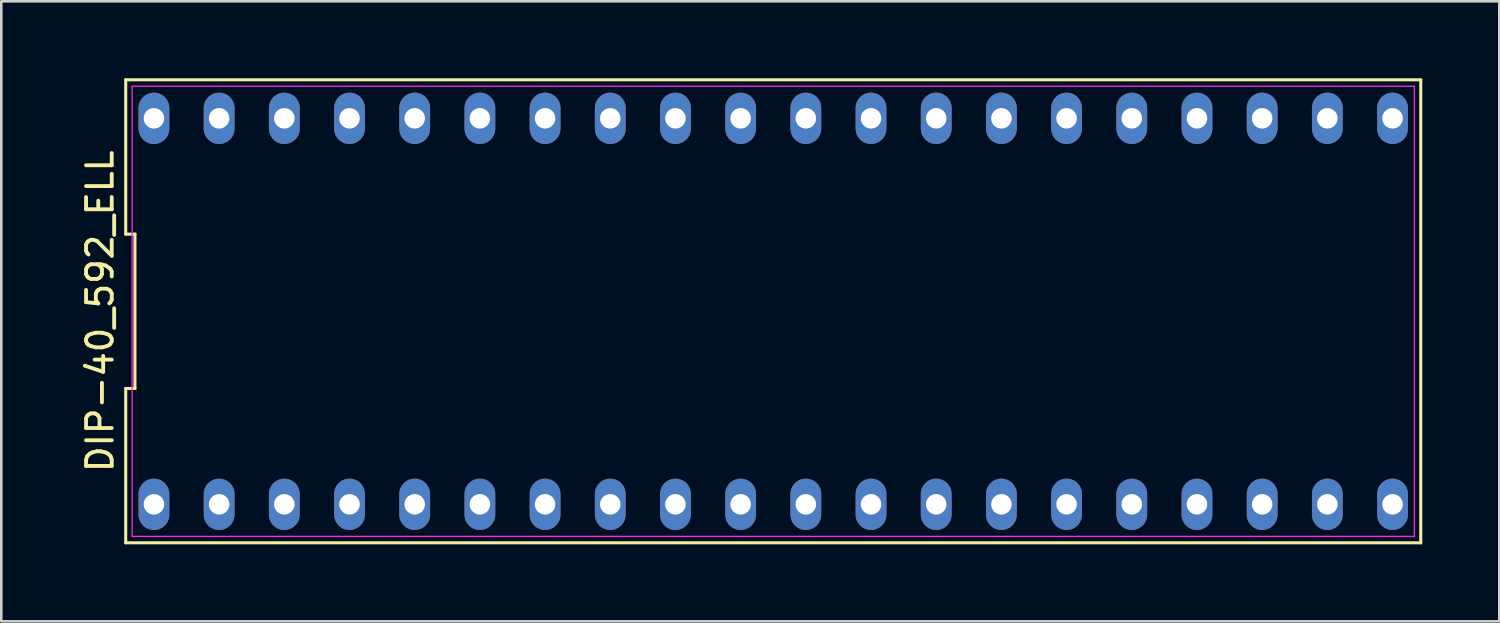
<source format=kicad_pcb>
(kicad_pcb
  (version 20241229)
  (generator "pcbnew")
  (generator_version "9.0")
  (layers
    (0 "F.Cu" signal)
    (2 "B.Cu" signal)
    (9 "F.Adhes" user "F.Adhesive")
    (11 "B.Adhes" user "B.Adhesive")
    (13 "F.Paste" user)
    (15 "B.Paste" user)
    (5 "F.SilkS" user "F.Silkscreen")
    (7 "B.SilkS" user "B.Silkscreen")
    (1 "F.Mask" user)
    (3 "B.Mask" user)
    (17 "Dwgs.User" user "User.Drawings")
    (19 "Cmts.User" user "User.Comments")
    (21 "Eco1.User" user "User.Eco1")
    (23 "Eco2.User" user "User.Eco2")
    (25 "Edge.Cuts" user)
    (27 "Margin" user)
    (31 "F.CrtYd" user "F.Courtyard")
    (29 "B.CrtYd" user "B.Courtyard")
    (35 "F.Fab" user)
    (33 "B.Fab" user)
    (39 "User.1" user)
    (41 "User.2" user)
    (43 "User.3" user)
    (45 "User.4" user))
  (footprint "DIP-40_592_ELL"
    (layer "F.Cu")
    (at 27.078 9.08)
    (property "Reference" "DIP-40_592_ELL" (at -26.23 0 90) (layer "F.SilkS") (effects (font (size 1 1) (thickness 0.15))))
    (fp_line (start -25.23 -9.02) (end -25.23 -3.007) (stroke (width 0.12) (type solid)) (layer "F.SilkS"))
    (fp_line (start -25.23 -3.007) (end -24.87 -3.007) (stroke (width 0.12) (type solid)) (layer "F.SilkS"))
    (fp_line (start -25.23 3.007) (end -25.23 9.02) (stroke (width 0.12) (type solid)) (layer "F.SilkS"))
    (fp_line (start -25.23 9.02) (end 25.23 9.02) (stroke (width 0.12) (type solid)) (layer "F.SilkS"))
    (fp_line (start -24.87 -3.007) (end -24.87 3.007) (stroke (width 0.12) (type solid)) (layer "F.SilkS"))
    (fp_line (start -24.87 3.007) (end -25.23 3.007) (stroke (width 0.12) (type solid)) (layer "F.SilkS"))
    (fp_line (start 25.23 -9.02) (end -25.23 -9.02) (stroke (width 0.12) (type solid)) (layer "F.SilkS"))
    (fp_line (start 25.23 9.02) (end 25.23 -9.02) (stroke (width 0.12) (type solid)) (layer "F.SilkS"))
    (fp_line (start -24.98 -8.77) (end 24.98 -8.77) (stroke (width 0.05) (type solid)) (layer "F.CrtYd"))
    (fp_line (start -24.98 8.77) (end -24.98 -8.77) (stroke (width 0.05) (type solid)) (layer "F.CrtYd"))
    (fp_line (start 24.98 -8.77) (end 24.98 8.77) (stroke (width 0.05) (type solid)) (layer "F.CrtYd"))
    (fp_line (start 24.98 8.77) (end -24.98 8.77) (stroke (width 0.05) (type solid)) (layer "F.CrtYd"))
    (pad "1" thru_hole oval (at -24.13 7.52) (size 1.2 2) (drill 0.8) (layers "*.Cu" "*.Mask"))
    (pad "2" thru_hole oval (at -21.59 7.52) (size 1.2 2) (drill 0.8) (layers "*.Cu" "*.Mask"))
    (pad "3" thru_hole oval (at -19.05 7.52) (size 1.2 2) (drill 0.8) (layers "*.Cu" "*.Mask"))
    (pad "4" thru_hole oval (at -16.51 7.52) (size 1.2 2) (drill 0.8) (layers "*.Cu" "*.Mask"))
    (pad "5" thru_hole oval (at -13.97 7.52) (size 1.2 2) (drill 0.8) (layers "*.Cu" "*.Mask"))
    (pad "6" thru_hole oval (at -11.43 7.52) (size 1.2 2) (drill 0.8) (layers "*.Cu" "*.Mask"))
    (pad "7" thru_hole oval (at -8.89 7.52) (size 1.2 2) (drill 0.8) (layers "*.Cu" "*.Mask"))
    (pad "8" thru_hole oval (at -6.35 7.52) (size 1.2 2) (drill 0.8) (layers "*.Cu" "*.Mask"))
    (pad "9" thru_hole oval (at -3.81 7.52) (size 1.2 2) (drill 0.8) (layers "*.Cu" "*.Mask"))
    (pad "10" thru_hole oval (at -1.27 7.52) (size 1.2 2) (drill 0.8) (layers "*.Cu" "*.Mask"))
    (pad "11" thru_hole oval (at 1.27 7.52) (size 1.2 2) (drill 0.8) (layers "*.Cu" "*.Mask"))
    (pad "12" thru_hole oval (at 3.81 7.52) (size 1.2 2) (drill 0.8) (layers "*.Cu" "*.Mask"))
    (pad "13" thru_hole oval (at 6.35 7.52) (size 1.2 2) (drill 0.8) (layers "*.Cu" "*.Mask"))
    (pad "14" thru_hole oval (at 8.89 7.52) (size 1.2 2) (drill 0.8) (layers "*.Cu" "*.Mask"))
    (pad "15" thru_hole oval (at 11.43 7.52) (size 1.2 2) (drill 0.8) (layers "*.Cu" "*.Mask"))
    (pad "16" thru_hole oval (at 13.97 7.52) (size 1.2 2) (drill 0.8) (layers "*.Cu" "*.Mask"))
    (pad "17" thru_hole oval (at 16.51 7.52) (size 1.2 2) (drill 0.8) (layers "*.Cu" "*.Mask"))
    (pad "18" thru_hole oval (at 19.05 7.52) (size 1.2 2) (drill 0.8) (layers "*.Cu" "*.Mask"))
    (pad "19" thru_hole oval (at 21.59 7.52) (size 1.2 2) (drill 0.8) (layers "*.Cu" "*.Mask"))
    (pad "20" thru_hole oval (at 24.13 7.52) (size 1.2 2) (drill 0.8) (layers "*.Cu" "*.Mask"))
    (pad "21" thru_hole oval (at 24.13 -7.52) (size 1.2 2) (drill 0.8) (layers "*.Cu" "*.Mask"))
    (pad "22" thru_hole oval (at 21.59 -7.52) (size 1.2 2) (drill 0.8) (layers "*.Cu" "*.Mask"))
    (pad "23" thru_hole oval (at 19.05 -7.52) (size 1.2 2) (drill 0.8) (layers "*.Cu" "*.Mask"))
    (pad "24" thru_hole oval (at 16.51 -7.52) (size 1.2 2) (drill 0.8) (layers "*.Cu" "*.Mask"))
    (pad "25" thru_hole oval (at 13.97 -7.52) (size 1.2 2) (drill 0.8) (layers "*.Cu" "*.Mask"))
    (pad "26" thru_hole oval (at 11.43 -7.52) (size 1.2 2) (drill 0.8) (layers "*.Cu" "*.Mask"))
    (pad "27" thru_hole oval (at 8.89 -7.52) (size 1.2 2) (drill 0.8) (layers "*.Cu" "*.Mask"))
    (pad "28" thru_hole oval (at 6.35 -7.52) (size 1.2 2) (drill 0.8) (layers "*.Cu" "*.Mask"))
    (pad "29" thru_hole oval (at 3.81 -7.52) (size 1.2 2) (drill 0.8) (layers "*.Cu" "*.Mask"))
    (pad "30" thru_hole oval (at 1.27 -7.52) (size 1.2 2) (drill 0.8) (layers "*.Cu" "*.Mask"))
    (pad "31" thru_hole oval (at -1.27 -7.52) (size 1.2 2) (drill 0.8) (layers "*.Cu" "*.Mask"))
    (pad "32" thru_hole oval (at -3.81 -7.52) (size 1.2 2) (drill 0.8) (layers "*.Cu" "*.Mask"))
    (pad "33" thru_hole oval (at -6.35 -7.52) (size 1.2 2) (drill 0.8) (layers "*.Cu" "*.Mask"))
    (pad "34" thru_hole oval (at -8.89 -7.52) (size 1.2 2) (drill 0.8) (layers "*.Cu" "*.Mask"))
    (pad "35" thru_hole oval (at -11.43 -7.52) (size 1.2 2) (drill 0.8) (layers "*.Cu" "*.Mask"))
    (pad "36" thru_hole oval (at -13.97 -7.52) (size 1.2 2) (drill 0.8) (layers "*.Cu" "*.Mask"))
    (pad "37" thru_hole oval (at -16.51 -7.52) (size 1.2 2) (drill 0.8) (layers "*.Cu" "*.Mask"))
    (pad "38" thru_hole oval (at -19.05 -7.52) (size 1.2 2) (drill 0.8) (layers "*.Cu" "*.Mask"))
    (pad "39" thru_hole oval (at -21.59 -7.52) (size 1.2 2) (drill 0.8) (layers "*.Cu" "*.Mask"))
    (pad "40" thru_hole oval (at -24.13 -7.52) (size 1.2 2) (drill 0.8) (layers "*.Cu" "*.Mask")))
  (gr_rect
    (start -3 -3)
    (end 55.368 21.16)
    (stroke (width 0.1) (type default))
    (fill no)
    (layer "Edge.Cuts")))
</source>
